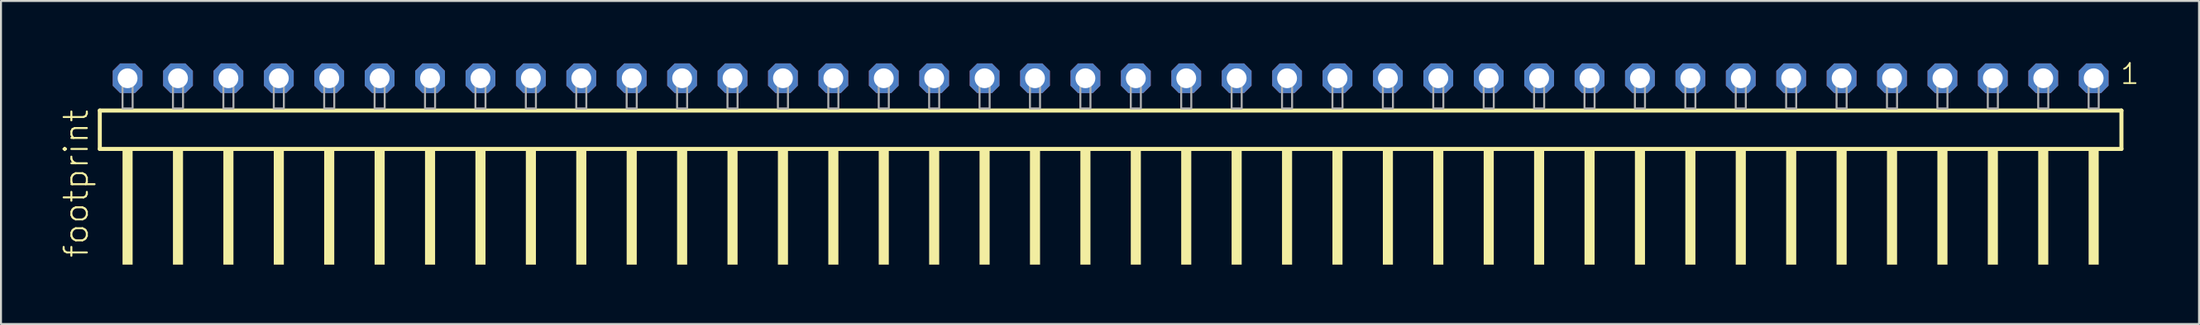
<source format=kicad_pcb>
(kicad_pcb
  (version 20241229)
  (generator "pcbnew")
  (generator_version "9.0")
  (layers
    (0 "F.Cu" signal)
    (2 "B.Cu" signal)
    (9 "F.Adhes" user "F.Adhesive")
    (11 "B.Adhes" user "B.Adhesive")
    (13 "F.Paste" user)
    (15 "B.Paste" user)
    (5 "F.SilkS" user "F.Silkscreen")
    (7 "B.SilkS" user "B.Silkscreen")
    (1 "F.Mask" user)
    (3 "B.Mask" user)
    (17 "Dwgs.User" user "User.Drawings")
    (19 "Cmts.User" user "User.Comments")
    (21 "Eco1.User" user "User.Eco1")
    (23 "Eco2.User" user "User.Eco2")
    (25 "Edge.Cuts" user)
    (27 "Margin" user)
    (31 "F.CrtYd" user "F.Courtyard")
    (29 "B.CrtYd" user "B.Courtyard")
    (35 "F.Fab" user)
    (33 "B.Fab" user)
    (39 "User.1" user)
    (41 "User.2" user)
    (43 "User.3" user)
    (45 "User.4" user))
  (footprint "footprint"
    (layer "F.Cu")
    (at 52.908 2.428)
    (property "Reference" "footprint" (at -51.435 7.62 90) (layer "F.SilkS") (effects (font (size 1.168 1.168) (thickness 0.102)) (justify left bottom)))
    (fp_line (start -50.929 0.106) (end -50.929 2.046) (stroke (width 0.203) (type solid)) (layer "F.SilkS"))
    (fp_line (start -50.929 2.046) (end 50.929 2.046) (stroke (width 0.203) (type solid)) (layer "F.SilkS"))
    (fp_line (start 50.929 0.106) (end -50.929 0.106) (stroke (width 0.203) (type solid)) (layer "F.SilkS"))
    (fp_line (start 50.929 2.046) (end 50.929 0.106) (stroke (width 0.203) (type solid)) (layer "F.SilkS"))
    (fp_poly (pts (xy -49.784 7.89) (xy -49.276 7.89) (xy -49.276 2.04) (xy -49.784 2.04)) (stroke (width 0) (type solid)) (fill yes) (layer "F.SilkS"))
    (fp_poly (pts (xy -47.244 7.89) (xy -46.736 7.89) (xy -46.736 2.04) (xy -47.244 2.04)) (stroke (width 0) (type solid)) (fill yes) (layer "F.SilkS"))
    (fp_poly (pts (xy -44.704 7.89) (xy -44.196 7.89) (xy -44.196 2.04) (xy -44.704 2.04)) (stroke (width 0) (type solid)) (fill yes) (layer "F.SilkS"))
    (fp_poly (pts (xy -42.164 7.89) (xy -41.656 7.89) (xy -41.656 2.04) (xy -42.164 2.04)) (stroke (width 0) (type solid)) (fill yes) (layer "F.SilkS"))
    (fp_poly (pts (xy -39.624 7.89) (xy -39.116 7.89) (xy -39.116 2.04) (xy -39.624 2.04)) (stroke (width 0) (type solid)) (fill yes) (layer "F.SilkS"))
    (fp_poly (pts (xy -37.084 7.89) (xy -36.576 7.89) (xy -36.576 2.04) (xy -37.084 2.04)) (stroke (width 0) (type solid)) (fill yes) (layer "F.SilkS"))
    (fp_poly (pts (xy -34.544 7.89) (xy -34.036 7.89) (xy -34.036 2.04) (xy -34.544 2.04)) (stroke (width 0) (type solid)) (fill yes) (layer "F.SilkS"))
    (fp_poly (pts (xy -32.004 7.89) (xy -31.496 7.89) (xy -31.496 2.04) (xy -32.004 2.04)) (stroke (width 0) (type solid)) (fill yes) (layer "F.SilkS"))
    (fp_poly (pts (xy -29.464 7.89) (xy -28.956 7.89) (xy -28.956 2.04) (xy -29.464 2.04)) (stroke (width 0) (type solid)) (fill yes) (layer "F.SilkS"))
    (fp_poly (pts (xy -26.924 7.89) (xy -26.416 7.89) (xy -26.416 2.04) (xy -26.924 2.04)) (stroke (width 0) (type solid)) (fill yes) (layer "F.SilkS"))
    (fp_poly (pts (xy -24.384 7.89) (xy -23.876 7.89) (xy -23.876 2.04) (xy -24.384 2.04)) (stroke (width 0) (type solid)) (fill yes) (layer "F.SilkS"))
    (fp_poly (pts (xy -21.844 7.89) (xy -21.336 7.89) (xy -21.336 2.04) (xy -21.844 2.04)) (stroke (width 0) (type solid)) (fill yes) (layer "F.SilkS"))
    (fp_poly (pts (xy -19.304 7.89) (xy -18.796 7.89) (xy -18.796 2.04) (xy -19.304 2.04)) (stroke (width 0) (type solid)) (fill yes) (layer "F.SilkS"))
    (fp_poly (pts (xy -16.764 7.89) (xy -16.256 7.89) (xy -16.256 2.04) (xy -16.764 2.04)) (stroke (width 0) (type solid)) (fill yes) (layer "F.SilkS"))
    (fp_poly (pts (xy -14.224 7.89) (xy -13.716 7.89) (xy -13.716 2.04) (xy -14.224 2.04)) (stroke (width 0) (type solid)) (fill yes) (layer "F.SilkS"))
    (fp_poly (pts (xy -11.684 7.89) (xy -11.176 7.89) (xy -11.176 2.04) (xy -11.684 2.04)) (stroke (width 0) (type solid)) (fill yes) (layer "F.SilkS"))
    (fp_poly (pts (xy -9.144 7.89) (xy -8.636 7.89) (xy -8.636 2.04) (xy -9.144 2.04)) (stroke (width 0) (type solid)) (fill yes) (layer "F.SilkS"))
    (fp_poly (pts (xy -6.604 7.89) (xy -6.096 7.89) (xy -6.096 2.04) (xy -6.604 2.04)) (stroke (width 0) (type solid)) (fill yes) (layer "F.SilkS"))
    (fp_poly (pts (xy -4.064 7.89) (xy -3.556 7.89) (xy -3.556 2.04) (xy -4.064 2.04)) (stroke (width 0) (type solid)) (fill yes) (layer "F.SilkS"))
    (fp_poly (pts (xy -1.524 7.89) (xy -1.016 7.89) (xy -1.016 2.04) (xy -1.524 2.04)) (stroke (width 0) (type solid)) (fill yes) (layer "F.SilkS"))
    (fp_poly (pts (xy 1.016 7.89) (xy 1.524 7.89) (xy 1.524 2.04) (xy 1.016 2.04)) (stroke (width 0) (type solid)) (fill yes) (layer "F.SilkS"))
    (fp_poly (pts (xy 3.556 7.89) (xy 4.064 7.89) (xy 4.064 2.04) (xy 3.556 2.04)) (stroke (width 0) (type solid)) (fill yes) (layer "F.SilkS"))
    (fp_poly (pts (xy 6.096 7.89) (xy 6.604 7.89) (xy 6.604 2.04) (xy 6.096 2.04)) (stroke (width 0) (type solid)) (fill yes) (layer "F.SilkS"))
    (fp_poly (pts (xy 8.636 7.89) (xy 9.144 7.89) (xy 9.144 2.04) (xy 8.636 2.04)) (stroke (width 0) (type solid)) (fill yes) (layer "F.SilkS"))
    (fp_poly (pts (xy 11.176 7.89) (xy 11.684 7.89) (xy 11.684 2.04) (xy 11.176 2.04)) (stroke (width 0) (type solid)) (fill yes) (layer "F.SilkS"))
    (fp_poly (pts (xy 13.716 7.89) (xy 14.224 7.89) (xy 14.224 2.04) (xy 13.716 2.04)) (stroke (width 0) (type solid)) (fill yes) (layer "F.SilkS"))
    (fp_poly (pts (xy 16.256 7.89) (xy 16.764 7.89) (xy 16.764 2.04) (xy 16.256 2.04)) (stroke (width 0) (type solid)) (fill yes) (layer "F.SilkS"))
    (fp_poly (pts (xy 18.796 7.89) (xy 19.304 7.89) (xy 19.304 2.04) (xy 18.796 2.04)) (stroke (width 0) (type solid)) (fill yes) (layer "F.SilkS"))
    (fp_poly (pts (xy 21.336 7.89) (xy 21.844 7.89) (xy 21.844 2.04) (xy 21.336 2.04)) (stroke (width 0) (type solid)) (fill yes) (layer "F.SilkS"))
    (fp_poly (pts (xy 23.876 7.89) (xy 24.384 7.89) (xy 24.384 2.04) (xy 23.876 2.04)) (stroke (width 0) (type solid)) (fill yes) (layer "F.SilkS"))
    (fp_poly (pts (xy 26.416 7.89) (xy 26.924 7.89) (xy 26.924 2.04) (xy 26.416 2.04)) (stroke (width 0) (type solid)) (fill yes) (layer "F.SilkS"))
    (fp_poly (pts (xy 28.956 7.89) (xy 29.464 7.89) (xy 29.464 2.04) (xy 28.956 2.04)) (stroke (width 0) (type solid)) (fill yes) (layer "F.SilkS"))
    (fp_poly (pts (xy 31.496 7.89) (xy 32.004 7.89) (xy 32.004 2.04) (xy 31.496 2.04)) (stroke (width 0) (type solid)) (fill yes) (layer "F.SilkS"))
    (fp_poly (pts (xy 34.036 7.89) (xy 34.544 7.89) (xy 34.544 2.04) (xy 34.036 2.04)) (stroke (width 0) (type solid)) (fill yes) (layer "F.SilkS"))
    (fp_poly (pts (xy 36.576 7.89) (xy 37.084 7.89) (xy 37.084 2.04) (xy 36.576 2.04)) (stroke (width 0) (type solid)) (fill yes) (layer "F.SilkS"))
    (fp_poly (pts (xy 39.116 7.89) (xy 39.624 7.89) (xy 39.624 2.04) (xy 39.116 2.04)) (stroke (width 0) (type solid)) (fill yes) (layer "F.SilkS"))
    (fp_poly (pts (xy 41.656 7.89) (xy 42.164 7.89) (xy 42.164 2.04) (xy 41.656 2.04)) (stroke (width 0) (type solid)) (fill yes) (layer "F.SilkS"))
    (fp_poly (pts (xy 44.196 7.89) (xy 44.704 7.89) (xy 44.704 2.04) (xy 44.196 2.04)) (stroke (width 0) (type solid)) (fill yes) (layer "F.SilkS"))
    (fp_poly (pts (xy 46.736 7.89) (xy 47.244 7.89) (xy 47.244 2.04) (xy 46.736 2.04)) (stroke (width 0) (type solid)) (fill yes) (layer "F.SilkS"))
    (fp_poly (pts (xy 49.276 7.89) (xy 49.784 7.89) (xy 49.784 2.04) (xy 49.276 2.04)) (stroke (width 0) (type solid)) (fill yes) (layer "F.SilkS"))
    (fp_poly (pts (xy -49.784 0) (xy -49.276 0) (xy -49.276 -1.778) (xy -49.784 -1.778)) (stroke (width 0.1) (type solid)) (fill no) (layer "F.Fab"))
    (fp_poly (pts (xy -47.244 0) (xy -46.736 0) (xy -46.736 -1.778) (xy -47.244 -1.778)) (stroke (width 0.1) (type solid)) (fill no) (layer "F.Fab"))
    (fp_poly (pts (xy -44.704 0) (xy -44.196 0) (xy -44.196 -1.778) (xy -44.704 -1.778)) (stroke (width 0.1) (type solid)) (fill no) (layer "F.Fab"))
    (fp_poly (pts (xy -42.164 0) (xy -41.656 0) (xy -41.656 -1.778) (xy -42.164 -1.778)) (stroke (width 0.1) (type solid)) (fill no) (layer "F.Fab"))
    (fp_poly (pts (xy -39.624 0) (xy -39.116 0) (xy -39.116 -1.778) (xy -39.624 -1.778)) (stroke (width 0.1) (type solid)) (fill no) (layer "F.Fab"))
    (fp_poly (pts (xy -37.084 0) (xy -36.576 0) (xy -36.576 -1.778) (xy -37.084 -1.778)) (stroke (width 0.1) (type solid)) (fill no) (layer "F.Fab"))
    (fp_poly (pts (xy -34.544 0) (xy -34.036 0) (xy -34.036 -1.778) (xy -34.544 -1.778)) (stroke (width 0.1) (type solid)) (fill no) (layer "F.Fab"))
    (fp_poly (pts (xy -32.004 0) (xy -31.496 0) (xy -31.496 -1.778) (xy -32.004 -1.778)) (stroke (width 0.1) (type solid)) (fill no) (layer "F.Fab"))
    (fp_poly (pts (xy -29.464 0) (xy -28.956 0) (xy -28.956 -1.778) (xy -29.464 -1.778)) (stroke (width 0.1) (type solid)) (fill no) (layer "F.Fab"))
    (fp_poly (pts (xy -26.924 0) (xy -26.416 0) (xy -26.416 -1.778) (xy -26.924 -1.778)) (stroke (width 0.1) (type solid)) (fill no) (layer "F.Fab"))
    (fp_poly (pts (xy -24.384 0) (xy -23.876 0) (xy -23.876 -1.778) (xy -24.384 -1.778)) (stroke (width 0.1) (type solid)) (fill no) (layer "F.Fab"))
    (fp_poly (pts (xy -21.844 0) (xy -21.336 0) (xy -21.336 -1.778) (xy -21.844 -1.778)) (stroke (width 0.1) (type solid)) (fill no) (layer "F.Fab"))
    (fp_poly (pts (xy -19.304 0) (xy -18.796 0) (xy -18.796 -1.778) (xy -19.304 -1.778)) (stroke (width 0.1) (type solid)) (fill no) (layer "F.Fab"))
    (fp_poly (pts (xy -16.764 0) (xy -16.256 0) (xy -16.256 -1.778) (xy -16.764 -1.778)) (stroke (width 0.1) (type solid)) (fill no) (layer "F.Fab"))
    (fp_poly (pts (xy -14.224 0) (xy -13.716 0) (xy -13.716 -1.778) (xy -14.224 -1.778)) (stroke (width 0.1) (type solid)) (fill no) (layer "F.Fab"))
    (fp_poly (pts (xy -11.684 0) (xy -11.176 0) (xy -11.176 -1.778) (xy -11.684 -1.778)) (stroke (width 0.1) (type solid)) (fill no) (layer "F.Fab"))
    (fp_poly (pts (xy -9.144 0) (xy -8.636 0) (xy -8.636 -1.778) (xy -9.144 -1.778)) (stroke (width 0.1) (type solid)) (fill no) (layer "F.Fab"))
    (fp_poly (pts (xy -6.604 0) (xy -6.096 0) (xy -6.096 -1.778) (xy -6.604 -1.778)) (stroke (width 0.1) (type solid)) (fill no) (layer "F.Fab"))
    (fp_poly (pts (xy -4.064 0) (xy -3.556 0) (xy -3.556 -1.778) (xy -4.064 -1.778)) (stroke (width 0.1) (type solid)) (fill no) (layer "F.Fab"))
    (fp_poly (pts (xy -1.524 0) (xy -1.016 0) (xy -1.016 -1.778) (xy -1.524 -1.778)) (stroke (width 0.1) (type solid)) (fill no) (layer "F.Fab"))
    (fp_poly (pts (xy 1.016 0) (xy 1.524 0) (xy 1.524 -1.778) (xy 1.016 -1.778)) (stroke (width 0.1) (type solid)) (fill no) (layer "F.Fab"))
    (fp_poly (pts (xy 3.556 0) (xy 4.064 0) (xy 4.064 -1.778) (xy 3.556 -1.778)) (stroke (width 0.1) (type solid)) (fill no) (layer "F.Fab"))
    (fp_poly (pts (xy 6.096 0) (xy 6.604 0) (xy 6.604 -1.778) (xy 6.096 -1.778)) (stroke (width 0.1) (type solid)) (fill no) (layer "F.Fab"))
    (fp_poly (pts (xy 8.636 0) (xy 9.144 0) (xy 9.144 -1.778) (xy 8.636 -1.778)) (stroke (width 0.1) (type solid)) (fill no) (layer "F.Fab"))
    (fp_poly (pts (xy 11.176 0) (xy 11.684 0) (xy 11.684 -1.778) (xy 11.176 -1.778)) (stroke (width 0.1) (type solid)) (fill no) (layer "F.Fab"))
    (fp_poly (pts (xy 13.716 0) (xy 14.224 0) (xy 14.224 -1.778) (xy 13.716 -1.778)) (stroke (width 0.1) (type solid)) (fill no) (layer "F.Fab"))
    (fp_poly (pts (xy 16.256 0) (xy 16.764 0) (xy 16.764 -1.778) (xy 16.256 -1.778)) (stroke (width 0.1) (type solid)) (fill no) (layer "F.Fab"))
    (fp_poly (pts (xy 18.796 0) (xy 19.304 0) (xy 19.304 -1.778) (xy 18.796 -1.778)) (stroke (width 0.1) (type solid)) (fill no) (layer "F.Fab"))
    (fp_poly (pts (xy 21.336 0) (xy 21.844 0) (xy 21.844 -1.778) (xy 21.336 -1.778)) (stroke (width 0.1) (type solid)) (fill no) (layer "F.Fab"))
    (fp_poly (pts (xy 23.876 0) (xy 24.384 0) (xy 24.384 -1.778) (xy 23.876 -1.778)) (stroke (width 0.1) (type solid)) (fill no) (layer "F.Fab"))
    (fp_poly (pts (xy 26.416 0) (xy 26.924 0) (xy 26.924 -1.778) (xy 26.416 -1.778)) (stroke (width 0.1) (type solid)) (fill no) (layer "F.Fab"))
    (fp_poly (pts (xy 28.956 0) (xy 29.464 0) (xy 29.464 -1.778) (xy 28.956 -1.778)) (stroke (width 0.1) (type solid)) (fill no) (layer "F.Fab"))
    (fp_poly (pts (xy 31.496 0) (xy 32.004 0) (xy 32.004 -1.778) (xy 31.496 -1.778)) (stroke (width 0.1) (type solid)) (fill no) (layer "F.Fab"))
    (fp_poly (pts (xy 34.036 0) (xy 34.544 0) (xy 34.544 -1.778) (xy 34.036 -1.778)) (stroke (width 0.1) (type solid)) (fill no) (layer "F.Fab"))
    (fp_poly (pts (xy 36.576 0) (xy 37.084 0) (xy 37.084 -1.778) (xy 36.576 -1.778)) (stroke (width 0.1) (type solid)) (fill no) (layer "F.Fab"))
    (fp_poly (pts (xy 39.116 0) (xy 39.624 0) (xy 39.624 -1.778) (xy 39.116 -1.778)) (stroke (width 0.1) (type solid)) (fill no) (layer "F.Fab"))
    (fp_poly (pts (xy 41.656 0) (xy 42.164 0) (xy 42.164 -1.778) (xy 41.656 -1.778)) (stroke (width 0.1) (type solid)) (fill no) (layer "F.Fab"))
    (fp_poly (pts (xy 44.196 0) (xy 44.704 0) (xy 44.704 -1.778) (xy 44.196 -1.778)) (stroke (width 0.1) (type solid)) (fill no) (layer "F.Fab"))
    (fp_poly (pts (xy 46.736 0) (xy 47.244 0) (xy 47.244 -1.778) (xy 46.736 -1.778)) (stroke (width 0.1) (type solid)) (fill no) (layer "F.Fab"))
    (fp_poly (pts (xy 49.276 0) (xy 49.784 0) (xy 49.784 -1.778) (xy 49.276 -1.778)) (stroke (width 0.1) (type solid)) (fill no) (layer "F.Fab"))
    (fp_text user "1" (at 50.812 -1.152 0) (layer "F.SilkS") (effects (font (size 1.012 1.012) (thickness 0.088)) (justify left bottom)))
    (pad "1" thru_hole roundrect (at 49.53 -1.524 180) (size 1.5 1.5) (drill 1) (layers "*.Cu" "*.Mask") (roundrect_rratio 0.25) (chamfer_ratio 0.25) (chamfer top_left top_right bottom_left bottom_right))
    (pad "2" thru_hole roundrect (at 46.99 -1.524 180) (size 1.5 1.5) (drill 1) (layers "*.Cu" "*.Mask") (roundrect_rratio 0.25) (chamfer_ratio 0.25) (chamfer top_left top_right bottom_left bottom_right))
    (pad "3" thru_hole roundrect (at 44.45 -1.524 180) (size 1.5 1.5) (drill 1) (layers "*.Cu" "*.Mask") (roundrect_rratio 0.25) (chamfer_ratio 0.25) (chamfer top_left top_right bottom_left bottom_right))
    (pad "4" thru_hole roundrect (at 41.91 -1.524 180) (size 1.5 1.5) (drill 1) (layers "*.Cu" "*.Mask") (roundrect_rratio 0.25) (chamfer_ratio 0.25) (chamfer top_left top_right bottom_left bottom_right))
    (pad "5" thru_hole roundrect (at 39.37 -1.524 180) (size 1.5 1.5) (drill 1) (layers "*.Cu" "*.Mask") (roundrect_rratio 0.25) (chamfer_ratio 0.25) (chamfer top_left top_right bottom_left bottom_right))
    (pad "6" thru_hole roundrect (at 36.83 -1.524 180) (size 1.5 1.5) (drill 1) (layers "*.Cu" "*.Mask") (roundrect_rratio 0.25) (chamfer_ratio 0.25) (chamfer top_left top_right bottom_left bottom_right))
    (pad "7" thru_hole roundrect (at 34.29 -1.524 180) (size 1.5 1.5) (drill 1) (layers "*.Cu" "*.Mask") (roundrect_rratio 0.25) (chamfer_ratio 0.25) (chamfer top_left top_right bottom_left bottom_right))
    (pad "8" thru_hole roundrect (at 31.75 -1.524 180) (size 1.5 1.5) (drill 1) (layers "*.Cu" "*.Mask") (roundrect_rratio 0.25) (chamfer_ratio 0.25) (chamfer top_left top_right bottom_left bottom_right))
    (pad "9" thru_hole roundrect (at 29.21 -1.524 180) (size 1.5 1.5) (drill 1) (layers "*.Cu" "*.Mask") (roundrect_rratio 0.25) (chamfer_ratio 0.25) (chamfer top_left top_right bottom_left bottom_right))
    (pad "10" thru_hole roundrect (at 26.67 -1.524 180) (size 1.5 1.5) (drill 1) (layers "*.Cu" "*.Mask") (roundrect_rratio 0.25) (chamfer_ratio 0.25) (chamfer top_left top_right bottom_left bottom_right))
    (pad "11" thru_hole roundrect (at 24.13 -1.524 180) (size 1.5 1.5) (drill 1) (layers "*.Cu" "*.Mask") (roundrect_rratio 0.25) (chamfer_ratio 0.25) (chamfer top_left top_right bottom_left bottom_right))
    (pad "12" thru_hole roundrect (at 21.59 -1.524 180) (size 1.5 1.5) (drill 1) (layers "*.Cu" "*.Mask") (roundrect_rratio 0.25) (chamfer_ratio 0.25) (chamfer top_left top_right bottom_left bottom_right))
    (pad "13" thru_hole roundrect (at 19.05 -1.524 180) (size 1.5 1.5) (drill 1) (layers "*.Cu" "*.Mask") (roundrect_rratio 0.25) (chamfer_ratio 0.25) (chamfer top_left top_right bottom_left bottom_right))
    (pad "14" thru_hole roundrect (at 16.51 -1.524 180) (size 1.5 1.5) (drill 1) (layers "*.Cu" "*.Mask") (roundrect_rratio 0.25) (chamfer_ratio 0.25) (chamfer top_left top_right bottom_left bottom_right))
    (pad "15" thru_hole roundrect (at 13.97 -1.524 180) (size 1.5 1.5) (drill 1) (layers "*.Cu" "*.Mask") (roundrect_rratio 0.25) (chamfer_ratio 0.25) (chamfer top_left top_right bottom_left bottom_right))
    (pad "16" thru_hole roundrect (at 11.43 -1.524 180) (size 1.5 1.5) (drill 1) (layers "*.Cu" "*.Mask") (roundrect_rratio 0.25) (chamfer_ratio 0.25) (chamfer top_left top_right bottom_left bottom_right))
    (pad "17" thru_hole roundrect (at 8.89 -1.524 180) (size 1.5 1.5) (drill 1) (layers "*.Cu" "*.Mask") (roundrect_rratio 0.25) (chamfer_ratio 0.25) (chamfer top_left top_right bottom_left bottom_right))
    (pad "18" thru_hole roundrect (at 6.35 -1.524 180) (size 1.5 1.5) (drill 1) (layers "*.Cu" "*.Mask") (roundrect_rratio 0.25) (chamfer_ratio 0.25) (chamfer top_left top_right bottom_left bottom_right))
    (pad "19" thru_hole roundrect (at 3.81 -1.524 180) (size 1.5 1.5) (drill 1) (layers "*.Cu" "*.Mask") (roundrect_rratio 0.25) (chamfer_ratio 0.25) (chamfer top_left top_right bottom_left bottom_right))
    (pad "20" thru_hole roundrect (at 1.27 -1.524 180) (size 1.5 1.5) (drill 1) (layers "*.Cu" "*.Mask") (roundrect_rratio 0.25) (chamfer_ratio 0.25) (chamfer top_left top_right bottom_left bottom_right))
    (pad "21" thru_hole roundrect (at -1.27 -1.524 180) (size 1.5 1.5) (drill 1) (layers "*.Cu" "*.Mask") (roundrect_rratio 0.25) (chamfer_ratio 0.25) (chamfer top_left top_right bottom_left bottom_right))
    (pad "22" thru_hole roundrect (at -3.81 -1.524 180) (size 1.5 1.5) (drill 1) (layers "*.Cu" "*.Mask") (roundrect_rratio 0.25) (chamfer_ratio 0.25) (chamfer top_left top_right bottom_left bottom_right))
    (pad "23" thru_hole roundrect (at -6.35 -1.524 180) (size 1.5 1.5) (drill 1) (layers "*.Cu" "*.Mask") (roundrect_rratio 0.25) (chamfer_ratio 0.25) (chamfer top_left top_right bottom_left bottom_right))
    (pad "24" thru_hole roundrect (at -8.89 -1.524 180) (size 1.5 1.5) (drill 1) (layers "*.Cu" "*.Mask") (roundrect_rratio 0.25) (chamfer_ratio 0.25) (chamfer top_left top_right bottom_left bottom_right))
    (pad "25" thru_hole roundrect (at -11.43 -1.524 180) (size 1.5 1.5) (drill 1) (layers "*.Cu" "*.Mask") (roundrect_rratio 0.25) (chamfer_ratio 0.25) (chamfer top_left top_right bottom_left bottom_right))
    (pad "26" thru_hole roundrect (at -13.97 -1.524 180) (size 1.5 1.5) (drill 1) (layers "*.Cu" "*.Mask") (roundrect_rratio 0.25) (chamfer_ratio 0.25) (chamfer top_left top_right bottom_left bottom_right))
    (pad "27" thru_hole roundrect (at -16.51 -1.524 180) (size 1.5 1.5) (drill 1) (layers "*.Cu" "*.Mask") (roundrect_rratio 0.25) (chamfer_ratio 0.25) (chamfer top_left top_right bottom_left bottom_right))
    (pad "28" thru_hole roundrect (at -19.05 -1.524 180) (size 1.5 1.5) (drill 1) (layers "*.Cu" "*.Mask") (roundrect_rratio 0.25) (chamfer_ratio 0.25) (chamfer top_left top_right bottom_left bottom_right))
    (pad "29" thru_hole roundrect (at -21.59 -1.524 180) (size 1.5 1.5) (drill 1) (layers "*.Cu" "*.Mask") (roundrect_rratio 0.25) (chamfer_ratio 0.25) (chamfer top_left top_right bottom_left bottom_right))
    (pad "30" thru_hole roundrect (at -24.13 -1.524 180) (size 1.5 1.5) (drill 1) (layers "*.Cu" "*.Mask") (roundrect_rratio 0.25) (chamfer_ratio 0.25) (chamfer top_left top_right bottom_left bottom_right))
    (pad "31" thru_hole roundrect (at -26.67 -1.524 180) (size 1.5 1.5) (drill 1) (layers "*.Cu" "*.Mask") (roundrect_rratio 0.25) (chamfer_ratio 0.25) (chamfer top_left top_right bottom_left bottom_right))
    (pad "32" thru_hole roundrect (at -29.21 -1.524 180) (size 1.5 1.5) (drill 1) (layers "*.Cu" "*.Mask") (roundrect_rratio 0.25) (chamfer_ratio 0.25) (chamfer top_left top_right bottom_left bottom_right))
    (pad "33" thru_hole roundrect (at -31.75 -1.524 180) (size 1.5 1.5) (drill 1) (layers "*.Cu" "*.Mask") (roundrect_rratio 0.25) (chamfer_ratio 0.25) (chamfer top_left top_right bottom_left bottom_right))
    (pad "34" thru_hole roundrect (at -34.29 -1.524 180) (size 1.5 1.5) (drill 1) (layers "*.Cu" "*.Mask") (roundrect_rratio 0.25) (chamfer_ratio 0.25) (chamfer top_left top_right bottom_left bottom_right))
    (pad "35" thru_hole roundrect (at -36.83 -1.524 180) (size 1.5 1.5) (drill 1) (layers "*.Cu" "*.Mask") (roundrect_rratio 0.25) (chamfer_ratio 0.25) (chamfer top_left top_right bottom_left bottom_right))
    (pad "36" thru_hole roundrect (at -39.37 -1.524 180) (size 1.5 1.5) (drill 1) (layers "*.Cu" "*.Mask") (roundrect_rratio 0.25) (chamfer_ratio 0.25) (chamfer top_left top_right bottom_left bottom_right))
    (pad "37" thru_hole roundrect (at -41.91 -1.524 180) (size 1.5 1.5) (drill 1) (layers "*.Cu" "*.Mask") (roundrect_rratio 0.25) (chamfer_ratio 0.25) (chamfer top_left top_right bottom_left bottom_right))
    (pad "38" thru_hole roundrect (at -44.45 -1.524 180) (size 1.5 1.5) (drill 1) (layers "*.Cu" "*.Mask") (roundrect_rratio 0.25) (chamfer_ratio 0.25) (chamfer top_left top_right bottom_left bottom_right))
    (pad "39" thru_hole roundrect (at -46.99 -1.524 180) (size 1.5 1.5) (drill 1) (layers "*.Cu" "*.Mask") (roundrect_rratio 0.25) (chamfer_ratio 0.25) (chamfer top_left top_right bottom_left bottom_right))
    (pad "40" thru_hole roundrect (at -49.53 -1.524 180) (size 1.5 1.5) (drill 1) (layers "*.Cu" "*.Mask") (roundrect_rratio 0.25) (chamfer_ratio 0.25) (chamfer top_left top_right bottom_left bottom_right)))
  (gr_rect
    (start -3 -3)
    (end 107.746 13.318)
    (stroke (width 0.1) (type default))
    (fill no)
    (layer "Edge.Cuts")))
</source>
